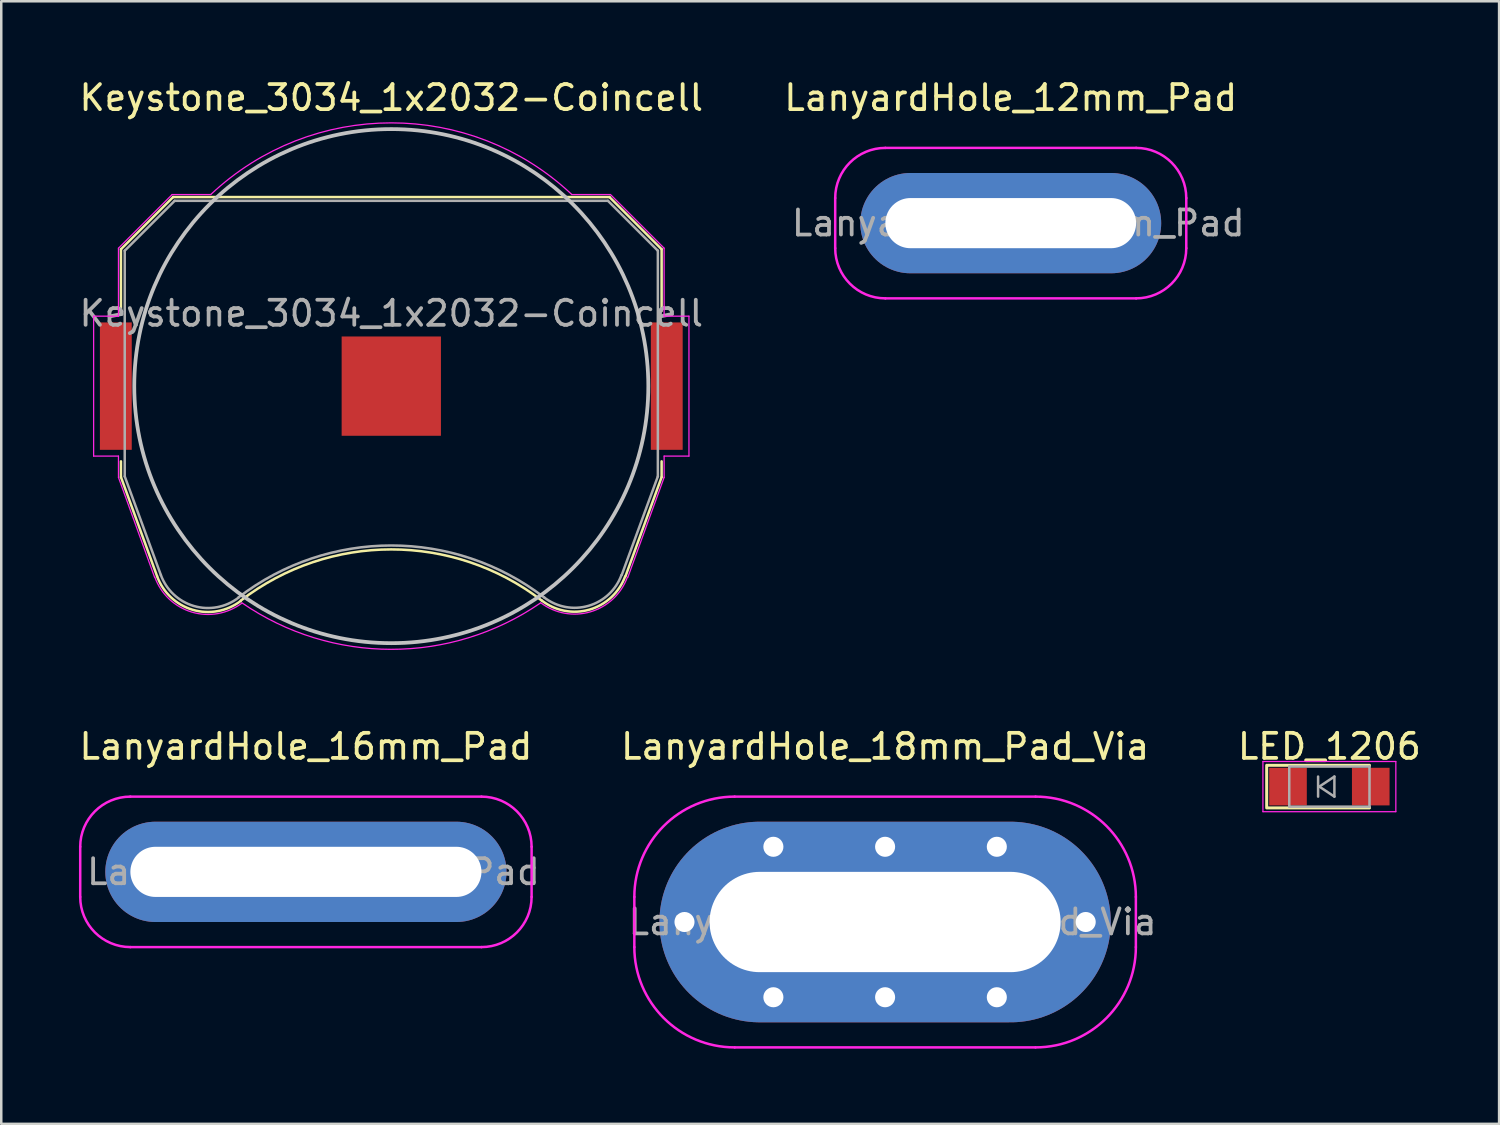
<source format=kicad_pcb>
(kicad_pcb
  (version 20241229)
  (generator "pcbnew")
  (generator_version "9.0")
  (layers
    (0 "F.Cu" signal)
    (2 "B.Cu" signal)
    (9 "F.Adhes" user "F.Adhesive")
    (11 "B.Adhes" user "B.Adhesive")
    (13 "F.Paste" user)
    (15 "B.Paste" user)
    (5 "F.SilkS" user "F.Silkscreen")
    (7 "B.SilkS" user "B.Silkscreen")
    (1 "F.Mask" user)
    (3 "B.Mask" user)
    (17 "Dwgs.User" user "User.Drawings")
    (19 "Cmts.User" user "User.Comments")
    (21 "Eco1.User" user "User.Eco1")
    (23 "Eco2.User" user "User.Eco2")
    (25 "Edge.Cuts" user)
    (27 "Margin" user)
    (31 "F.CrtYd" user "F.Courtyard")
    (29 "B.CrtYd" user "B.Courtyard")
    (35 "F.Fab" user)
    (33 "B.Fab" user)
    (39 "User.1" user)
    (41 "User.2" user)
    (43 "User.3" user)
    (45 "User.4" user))
  (footprint "LED_1206"
    (layer "F.Cu")
    (at 49.963 28.318)
    (property "Reference" "LED_1206" (at 0 -1.6 0) (layer "F.SilkS") (effects (font (size 1 1) (thickness 0.15))))
    (attr smd)
    (fp_line (start -2.5 -0.85) (end -2.5 0.85) (stroke (width 0.12) (type solid)) (layer "F.SilkS"))
    (fp_line (start -2.45 -0.85) (end 1.6 -0.85) (stroke (width 0.12) (type solid)) (layer "F.SilkS"))
    (fp_line (start -2.45 0.85) (end 1.6 0.85) (stroke (width 0.12) (type solid)) (layer "F.SilkS"))
    (fp_line (start -2.65 -1) (end 2.65 -1) (stroke (width 0.05) (type solid)) (layer "F.CrtYd"))
    (fp_line (start -2.65 1) (end -2.65 -1) (stroke (width 0.05) (type solid)) (layer "F.CrtYd"))
    (fp_line (start 2.65 -1) (end 2.65 1) (stroke (width 0.05) (type solid)) (layer "F.CrtYd"))
    (fp_line (start 2.65 1) (end -2.65 1) (stroke (width 0.05) (type solid)) (layer "F.CrtYd"))
    (fp_line (start -1.6 -0.8) (end 1.6 -0.8) (stroke (width 0.1) (type solid)) (layer "F.Fab"))
    (fp_line (start -1.6 0.8) (end -1.6 -0.8) (stroke (width 0.1) (type solid)) (layer "F.Fab"))
    (fp_line (start -0.45 -0.4) (end -0.45 0.4) (stroke (width 0.1) (type solid)) (layer "F.Fab"))
    (fp_line (start -0.4 0) (end 0.2 -0.4) (stroke (width 0.1) (type solid)) (layer "F.Fab"))
    (fp_line (start 0.2 -0.4) (end 0.2 0.4) (stroke (width 0.1) (type solid)) (layer "F.Fab"))
    (fp_line (start 0.2 0.4) (end -0.4 0) (stroke (width 0.1) (type solid)) (layer "F.Fab"))
    (fp_line (start 1.6 -0.8) (end 1.6 0.8) (stroke (width 0.1) (type solid)) (layer "F.Fab"))
    (fp_line (start 1.6 0.8) (end -1.6 0.8) (stroke (width 0.1) (type solid)) (layer "F.Fab"))
    (pad "1" smd rect (at -1.65 0 180) (size 1.5 1.5) (layers "F.Cu" "F.Mask" "F.Paste"))
    (pad "2" smd rect (at 1.65 0 180) (size 1.5 1.5) (layers "F.Cu" "F.Mask" "F.Paste")))
  (footprint "LanyardHole_16mm_Pad"
    (layer "F.Cu")
    (at 9.149 31.718)
    (property "Reference" "LanyardHole_16mm_Pad" (at 0 -5 0) (layer "F.SilkS") (effects (font (size 1 1) (thickness 0.15))))
    (attr exclude_from_pos_files exclude_from_bom)
    (fp_line (start -9 -1) (end -9 1) (stroke (width 0.1) (type solid)) (layer "F.CrtYd"))
    (fp_line (start -7 3) (end 7 3) (stroke (width 0.1) (type solid)) (layer "F.CrtYd"))
    (fp_line (start 7 -3) (end -7 -3) (stroke (width 0.1) (type solid)) (layer "F.CrtYd"))
    (fp_line (start 9 1) (end 9 -1) (stroke (width 0.1) (type solid)) (layer "F.CrtYd"))
    (fp_arc (start -9 -1) (mid -8.414214 -2.414214) (end -7 -3) (stroke (width 0.1) (type solid)) (layer "F.CrtYd"))
    (fp_arc (start -7 3) (mid -8.414214 2.414214) (end -9 1) (stroke (width 0.1) (type solid)) (layer "F.CrtYd"))
    (fp_arc (start 7 -3) (mid 8.414214 -2.414214) (end 9 -1) (stroke (width 0.1) (type solid)) (layer "F.CrtYd"))
    (fp_arc (start 9 1) (mid 8.414214 2.414214) (end 7 3) (stroke (width 0.1) (type solid)) (layer "F.CrtYd"))
    (fp_text user "${REFERENCE}" (at 0.3 0 0) (layer "F.Fab") (effects (font (size 1 1) (thickness 0.15))))
    (pad "1" thru_hole oval (at 0 0) (size 16 4) (drill oval 14 2) (layers "*.Cu" "*.Mask")))
  (footprint "LanyardHole_12mm_Pad"
    (layer "F.Cu")
    (at 37.256 5.848)
    (property "Reference" "LanyardHole_12mm_Pad" (at 0 -5 0) (layer "F.SilkS") (effects (font (size 1 1) (thickness 0.15))))
    (attr exclude_from_pos_files exclude_from_bom)
    (fp_line (start -7 -1) (end -7 1) (stroke (width 0.1) (type solid)) (layer "F.CrtYd"))
    (fp_line (start -5 3) (end 5 3) (stroke (width 0.1) (type solid)) (layer "F.CrtYd"))
    (fp_line (start 5 -3) (end -5 -3) (stroke (width 0.1) (type solid)) (layer "F.CrtYd"))
    (fp_line (start 7 1) (end 7 -1) (stroke (width 0.1) (type solid)) (layer "F.CrtYd"))
    (fp_arc (start -7 -1) (mid -6.414214 -2.414214) (end -5 -3) (stroke (width 0.1) (type solid)) (layer "F.CrtYd"))
    (fp_arc (start -5 3) (mid -6.414214 2.414214) (end -7 1) (stroke (width 0.1) (type solid)) (layer "F.CrtYd"))
    (fp_arc (start 5 -3) (mid 6.414214 -2.414214) (end 7 -1) (stroke (width 0.1) (type solid)) (layer "F.CrtYd"))
    (fp_arc (start 7 1) (mid 6.414214 2.414214) (end 5 3) (stroke (width 0.1) (type solid)) (layer "F.CrtYd"))
    (fp_text user "${REFERENCE}" (at 0.3 0 0) (layer "F.Fab") (effects (font (size 1 1) (thickness 0.15))))
    (pad "1" thru_hole oval (at 0 0) (size 12 4) (drill oval 10 2) (layers "*.Cu" "*.Mask")))
  (footprint "Keystone_3034_1x2032-Coincell"
    (layer "F.Cu")
    (at 12.554 12.348)
    (property "Reference" "Keystone_3034_1x2032-Coincell" (at 0 -11.5 0) (layer "F.SilkS") (effects (font (size 1 1) (thickness 0.15))))
    (attr smd)
    (fp_line (start -10.78 -5.46) (end -10.78 -3) (stroke (width 0.1) (type solid)) (layer "F.SilkS"))
    (fp_line (start -10.78 3) (end -10.78 3.63) (stroke (width 0.1) (type solid)) (layer "F.SilkS"))
    (fp_line (start -10.78 3.63) (end -9.34 7.58) (stroke (width 0.1) (type solid)) (layer "F.SilkS"))
    (fp_line (start -8.7 -7.54) (end -10.78 -5.46) (stroke (width 0.1) (type solid)) (layer "F.SilkS"))
    (fp_line (start 8.7 -7.54) (end -8.7 -7.54) (stroke (width 0.1) (type solid)) (layer "F.SilkS"))
    (fp_line (start 8.7 -7.54) (end 10.78 -5.46) (stroke (width 0.1) (type solid)) (layer "F.SilkS"))
    (fp_line (start 10.78 -5.46) (end 10.78 -3) (stroke (width 0.1) (type solid)) (layer "F.SilkS"))
    (fp_line (start 10.78 3) (end 10.78 3.63) (stroke (width 0.1) (type solid)) (layer "F.SilkS"))
    (fp_line (start 10.78 3.63) (end 9.34 7.58) (stroke (width 0.1) (type solid)) (layer "F.SilkS"))
    (fp_arc (start -6.0046 8.553536) (mid -0.002901 6.511341) (end 6 8.55) (stroke (width 0.1) (type solid)) (layer "F.SilkS"))
    (fp_arc (start -6.003354 8.56653) (mid -7.921654 8.918738) (end -9.34 7.58) (stroke (width 0.1) (type solid)) (layer "F.SilkS"))
    (fp_arc (start 9.325243 7.588169) (mid 7.90634 8.911668) (end 6 8.55) (stroke (width 0.1) (type solid)) (layer "F.SilkS"))
    (fp_circle (center 0 0) (end 0 10.25) (stroke (width 0.15) (type solid)) (fill no) (layer "Dwgs.User"))
    (fp_line (start -11.87 -2.79) (end -11.87 2.79) (stroke (width 0.05) (type solid)) (layer "F.CrtYd"))
    (fp_line (start -11.87 2.79) (end -10.88 2.79) (stroke (width 0.05) (type solid)) (layer "F.CrtYd"))
    (fp_line (start -10.88 -5.5) (end -10.88 -2.79) (stroke (width 0.05) (type solid)) (layer "F.CrtYd"))
    (fp_line (start -10.88 -2.79) (end -11.87 -2.79) (stroke (width 0.05) (type solid)) (layer "F.CrtYd"))
    (fp_line (start -10.88 2.79) (end -10.88 3.64) (stroke (width 0.05) (type solid)) (layer "F.CrtYd"))
    (fp_line (start -10.88 3.64) (end -9.44 7.62) (stroke (width 0.05) (type solid)) (layer "F.CrtYd"))
    (fp_line (start -8.74 -7.64) (end -10.88 -5.5) (stroke (width 0.05) (type solid)) (layer "F.CrtYd"))
    (fp_line (start -7.2 -7.64) (end -8.74 -7.64) (stroke (width 0.05) (type solid)) (layer "F.CrtYd"))
    (fp_line (start 8.74 -7.64) (end 7.2 -7.64) (stroke (width 0.05) (type solid)) (layer "F.CrtYd"))
    (fp_line (start 9.43 7.63) (end 10.88 3.64) (stroke (width 0.05) (type solid)) (layer "F.CrtYd"))
    (fp_line (start 10.88 -5.5) (end 8.74 -7.64) (stroke (width 0.05) (type solid)) (layer "F.CrtYd"))
    (fp_line (start 10.88 -2.79) (end 10.88 -5.5) (stroke (width 0.05) (type solid)) (layer "F.CrtYd"))
    (fp_line (start 10.88 2.79) (end 11.87 2.79) (stroke (width 0.05) (type solid)) (layer "F.CrtYd"))
    (fp_line (start 10.88 3.64) (end 10.88 2.79) (stroke (width 0.05) (type solid)) (layer "F.CrtYd"))
    (fp_line (start 11.87 -2.79) (end 10.88 -2.79) (stroke (width 0.05) (type solid)) (layer "F.CrtYd"))
    (fp_line (start 11.87 2.79) (end 11.87 -2.79) (stroke (width 0.05) (type solid)) (layer "F.CrtYd"))
    (fp_arc (start -7.199546 -7.640427) (mid 0.000312 -10.498075) (end 7.2 -7.64) (stroke (width 0.05) (type solid)) (layer "F.CrtYd"))
    (fp_arc (start -5.956965 8.654604) (mid -7.953941 9.011629) (end -9.43 7.62) (stroke (width 0.05) (type solid)) (layer "F.CrtYd"))
    (fp_arc (start 5.945368 8.650075) (mid -0.008883 10.496243) (end -5.96 8.64) (stroke (width 0.05) (type solid)) (layer "F.CrtYd"))
    (fp_arc (start 9.415144 7.621341) (mid 7.944017 9.000493) (end 5.96 8.64) (stroke (width 0.05) (type solid)) (layer "F.CrtYd"))
    (fp_line (start -10.63 -5.4) (end -8.64 -7.39) (stroke (width 0.1) (type solid)) (layer "F.Fab"))
    (fp_line (start -10.63 3.6) (end -10.63 -5.4) (stroke (width 0.1) (type solid)) (layer "F.Fab"))
    (fp_line (start -9.19 7.53) (end -10.63 3.6) (stroke (width 0.1) (type solid)) (layer "F.Fab"))
    (fp_line (start -8.64 -7.39) (end 8.64 -7.39) (stroke (width 0.1) (type solid)) (layer "F.Fab"))
    (fp_line (start 8.64 -7.39) (end 10.63 -5.4) (stroke (width 0.1) (type solid)) (layer "F.Fab"))
    (fp_line (start 10.63 -5.4) (end 10.63 3.6) (stroke (width 0.1) (type solid)) (layer "F.Fab"))
    (fp_line (start 10.63 3.6) (end 9.19 7.53) (stroke (width 0.1) (type solid)) (layer "F.Fab"))
    (fp_arc (start -6.096146 8.438508) (mid -7.87328 8.768206) (end -9.19 7.53) (stroke (width 0.1) (type solid)) (layer "F.Fab"))
    (fp_arc (start -6.094852 8.426043) (mid 0.003247 6.355257) (end 6.1 8.43) (stroke (width 0.1) (type solid)) (layer "F.Fab"))
    (fp_arc (start 9.180727 7.528882) (mid 7.868698 8.760067) (end 6.1 8.43) (stroke (width 0.1) (type solid)) (layer "F.Fab"))
    (fp_text user "${REFERENCE}" (at 0 -2.9 0) (layer "F.Fab") (effects (font (size 1 1) (thickness 0.15))))
    (pad "1" smd rect (at -10.985 0) (size 1.27 5.08) (layers "F.Cu" "F.Mask" "F.Paste"))
    (pad "1" smd rect (at 10.985 0) (size 1.27 5.08) (layers "F.Cu" "F.Mask" "F.Paste"))
    (pad "2" smd rect (at 0 0) (size 3.96 3.96) (layers "F.Cu" "F.Mask" "F.Paste")))
  (footprint "LanyardHole_18mm_Pad_Via"
    (layer "F.Cu")
    (at 32.246 33.718)
    (property "Reference" "LanyardHole_18mm_Pad_Via" (at 0 -7 0) (layer "F.SilkS") (effects (font (size 1 1) (thickness 0.15))))
    (attr exclude_from_pos_files exclude_from_bom)
    (fp_line (start -10 -1) (end -10 1) (stroke (width 0.1) (type solid)) (layer "F.CrtYd"))
    (fp_line (start -6 5) (end 6 5) (stroke (width 0.1) (type solid)) (layer "F.CrtYd"))
    (fp_line (start 6 -5) (end -6 -5) (stroke (width 0.1) (type solid)) (layer "F.CrtYd"))
    (fp_line (start 10 1) (end 10 -1) (stroke (width 0.1) (type solid)) (layer "F.CrtYd"))
    (fp_arc (start -10 -1) (mid -8.828427 -3.828427) (end -6 -5) (stroke (width 0.1) (type solid)) (layer "F.CrtYd"))
    (fp_arc (start -6 5) (mid -8.828427 3.828427) (end -10 1) (stroke (width 0.1) (type solid)) (layer "F.CrtYd"))
    (fp_arc (start 6 -5) (mid 8.828427 -3.828427) (end 10 -1) (stroke (width 0.1) (type solid)) (layer "F.CrtYd"))
    (fp_arc (start 10 1) (mid 8.828427 3.828427) (end 6 5) (stroke (width 0.1) (type solid)) (layer "F.CrtYd"))
    (fp_text user "${REFERENCE}" (at 0.3 0 0) (layer "F.Fab") (effects (font (size 1 1) (thickness 0.15))))
    (pad "1" thru_hole circle (at -8 0) (size 1.1 1.1) (drill 0.8) (layers "*.Cu" "*.Mask"))
    (pad "1" thru_hole circle (at -4.455 -3) (size 1.1 1.1) (drill 0.8) (layers "*.Cu" "*.Mask"))
    (pad "1" thru_hole circle (at -4.455 3) (size 1.1 1.1) (drill 0.8) (layers "*.Cu" "*.Mask"))
    (pad "1" thru_hole circle (at 0 -3) (size 1.1 1.1) (drill 0.8) (layers "*.Cu" "*.Mask"))
    (pad "1" thru_hole oval (at 0 0) (size 18 8) (drill oval 14 4) (layers "*.Cu" "*.Mask"))
    (pad "1" thru_hole circle (at 0 3) (size 1.1 1.1) (drill 0.8) (layers "*.Cu" "*.Mask"))
    (pad "1" thru_hole circle (at 4.455 -3) (size 1.1 1.1) (drill 0.8) (layers "*.Cu" "*.Mask"))
    (pad "1" thru_hole circle (at 4.455 3) (size 1.1 1.1) (drill 0.8) (layers "*.Cu" "*.Mask"))
    (pad "1" thru_hole circle (at 8 0) (size 1.1 1.1) (drill 0.8) (layers "*.Cu" "*.Mask")))
  (gr_rect
    (start -3 -3)
    (end 56.731 41.768)
    (stroke (width 0.1) (type default))
    (fill no)
    (layer "Edge.Cuts")))
</source>
